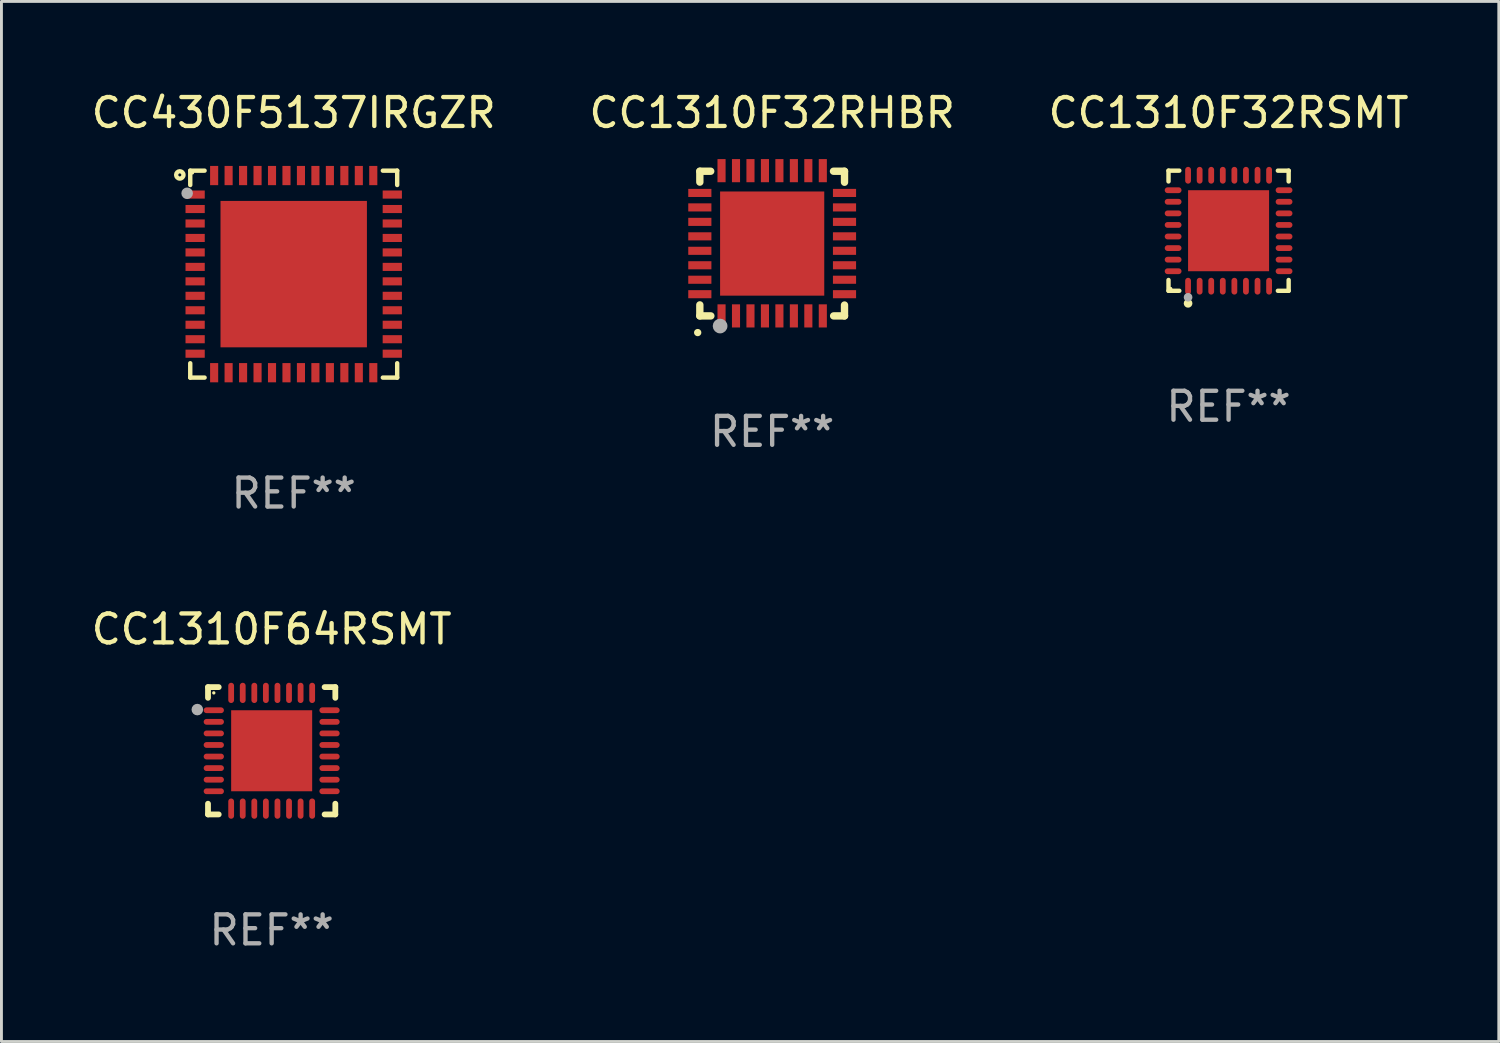
<source format=kicad_pcb>
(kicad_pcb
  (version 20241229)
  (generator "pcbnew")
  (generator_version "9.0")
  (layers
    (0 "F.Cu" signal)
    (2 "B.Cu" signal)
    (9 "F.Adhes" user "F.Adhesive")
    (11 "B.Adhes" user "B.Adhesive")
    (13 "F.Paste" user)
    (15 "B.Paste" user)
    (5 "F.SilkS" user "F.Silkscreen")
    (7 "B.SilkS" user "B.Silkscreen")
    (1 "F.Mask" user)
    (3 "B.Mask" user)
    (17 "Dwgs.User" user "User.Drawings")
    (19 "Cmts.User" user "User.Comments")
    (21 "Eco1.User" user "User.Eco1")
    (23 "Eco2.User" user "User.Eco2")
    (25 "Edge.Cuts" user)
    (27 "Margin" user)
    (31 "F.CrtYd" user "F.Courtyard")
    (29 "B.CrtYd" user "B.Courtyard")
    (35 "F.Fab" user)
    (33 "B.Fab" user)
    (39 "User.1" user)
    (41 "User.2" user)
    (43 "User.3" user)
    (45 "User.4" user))
  (footprint "CC430F5137IRGZR"
    (layer "F.Cu")
    (at 7.101 6.424)
    (property "Reference" "CC430F5137IRGZR" (at 0 -5.576 0) (layer "F.SilkS") (effects (font (size 1 1) (thickness 0.15))))
    (attr through_hole)
    (fp_line (start -3.576 -3.576) (end -3.576 -3.08) (stroke (width 0.152) (type solid)) (layer "F.SilkS"))
    (fp_line (start -3.576 3.576) (end -3.576 3.08) (stroke (width 0.152) (type solid)) (layer "F.SilkS"))
    (fp_line (start -3.08 -3.576) (end -3.576 -3.576) (stroke (width 0.152) (type solid)) (layer "F.SilkS"))
    (fp_line (start -3.08 3.576) (end -3.576 3.576) (stroke (width 0.152) (type solid)) (layer "F.SilkS"))
    (fp_line (start 3.08 -3.576) (end 3.576 -3.576) (stroke (width 0.152) (type solid)) (layer "F.SilkS"))
    (fp_line (start 3.08 3.576) (end 3.576 3.576) (stroke (width 0.152) (type solid)) (layer "F.SilkS"))
    (fp_line (start 3.576 -3.576) (end 3.576 -3.08) (stroke (width 0.152) (type solid)) (layer "F.SilkS"))
    (fp_line (start 3.576 3.576) (end 3.576 3.08) (stroke (width 0.152) (type solid)) (layer "F.SilkS"))
    (fp_circle (center -3.937 -3.429) (end -3.81 -3.429) (stroke (width 0.15) (type solid)) (fill no) (layer "F.SilkS"))
    (fp_circle (center -3.5 -3.5) (end -3.47 -3.5) (stroke (width 0.06) (type solid)) (fill no) (layer "F.SilkS"))
    (fp_circle (center -3.683 -2.794) (end -3.583 -2.794) (stroke (width 0.2) (type solid)) (fill no) (layer "F.Fab"))
    (fp_text user "REF**" (at 0 7.576 0) (layer "F.Fab") (effects (font (size 1 1) (thickness 0.15))))
    (pad "1" smd rect (at -3.407 -2.75) (size 0.665 0.28) (layers "F.Cu" "F.Mask" "F.Paste"))
    (pad "2" smd rect (at -3.407 -2.25) (size 0.665 0.28) (layers "F.Cu" "F.Mask" "F.Paste"))
    (pad "3" smd rect (at -3.407 -1.75) (size 0.665 0.28) (layers "F.Cu" "F.Mask" "F.Paste"))
    (pad "4" smd rect (at -3.407 -1.25) (size 0.665 0.28) (layers "F.Cu" "F.Mask" "F.Paste"))
    (pad "5" smd rect (at -3.407 -0.75) (size 0.665 0.28) (layers "F.Cu" "F.Mask" "F.Paste"))
    (pad "6" smd rect (at -3.407 -0.25) (size 0.665 0.28) (layers "F.Cu" "F.Mask" "F.Paste"))
    (pad "7" smd rect (at -3.407 0.25) (size 0.665 0.28) (layers "F.Cu" "F.Mask" "F.Paste"))
    (pad "8" smd rect (at -3.407 0.75) (size 0.665 0.28) (layers "F.Cu" "F.Mask" "F.Paste"))
    (pad "9" smd rect (at -3.407 1.25) (size 0.665 0.28) (layers "F.Cu" "F.Mask" "F.Paste"))
    (pad "10" smd rect (at -3.407 1.75) (size 0.665 0.28) (layers "F.Cu" "F.Mask" "F.Paste"))
    (pad "11" smd rect (at -3.407 2.25) (size 0.665 0.28) (layers "F.Cu" "F.Mask" "F.Paste"))
    (pad "12" smd rect (at -3.407 2.75) (size 0.665 0.28) (layers "F.Cu" "F.Mask" "F.Paste"))
    (pad "13" smd rect (at -2.75 3.407) (size 0.28 0.665) (layers "F.Cu" "F.Mask" "F.Paste"))
    (pad "14" smd rect (at -2.25 3.407) (size 0.28 0.665) (layers "F.Cu" "F.Mask" "F.Paste"))
    (pad "15" smd rect (at -1.75 3.407) (size 0.28 0.665) (layers "F.Cu" "F.Mask" "F.Paste"))
    (pad "16" smd rect (at -1.25 3.407) (size 0.28 0.665) (layers "F.Cu" "F.Mask" "F.Paste"))
    (pad "17" smd rect (at -0.75 3.407) (size 0.28 0.665) (layers "F.Cu" "F.Mask" "F.Paste"))
    (pad "18" smd rect (at -0.25 3.407) (size 0.28 0.665) (layers "F.Cu" "F.Mask" "F.Paste"))
    (pad "19" smd rect (at 0.25 3.407) (size 0.28 0.665) (layers "F.Cu" "F.Mask" "F.Paste"))
    (pad "20" smd rect (at 0.75 3.407) (size 0.28 0.665) (layers "F.Cu" "F.Mask" "F.Paste"))
    (pad "21" smd rect (at 1.25 3.407) (size 0.28 0.665) (layers "F.Cu" "F.Mask" "F.Paste"))
    (pad "22" smd rect (at 1.75 3.407) (size 0.28 0.665) (layers "F.Cu" "F.Mask" "F.Paste"))
    (pad "23" smd rect (at 2.25 3.407) (size 0.28 0.665) (layers "F.Cu" "F.Mask" "F.Paste"))
    (pad "24" smd rect (at 2.75 3.407) (size 0.28 0.665) (layers "F.Cu" "F.Mask" "F.Paste"))
    (pad "25" smd rect (at 3.407 2.75) (size 0.665 0.28) (layers "F.Cu" "F.Mask" "F.Paste"))
    (pad "26" smd rect (at 3.407 2.25) (size 0.665 0.28) (layers "F.Cu" "F.Mask" "F.Paste"))
    (pad "27" smd rect (at 3.407 1.75) (size 0.665 0.28) (layers "F.Cu" "F.Mask" "F.Paste"))
    (pad "28" smd rect (at 3.407 1.25) (size 0.665 0.28) (layers "F.Cu" "F.Mask" "F.Paste"))
    (pad "29" smd rect (at 3.407 0.75) (size 0.665 0.28) (layers "F.Cu" "F.Mask" "F.Paste"))
    (pad "30" smd rect (at 3.407 0.25) (size 0.665 0.28) (layers "F.Cu" "F.Mask" "F.Paste"))
    (pad "31" smd rect (at 3.407 -0.25) (size 0.665 0.28) (layers "F.Cu" "F.Mask" "F.Paste"))
    (pad "32" smd rect (at 3.407 -0.75) (size 0.665 0.28) (layers "F.Cu" "F.Mask" "F.Paste"))
    (pad "33" smd rect (at 3.407 -1.25) (size 0.665 0.28) (layers "F.Cu" "F.Mask" "F.Paste"))
    (pad "34" smd rect (at 3.407 -1.75) (size 0.665 0.28) (layers "F.Cu" "F.Mask" "F.Paste"))
    (pad "35" smd rect (at 3.407 -2.25) (size 0.665 0.28) (layers "F.Cu" "F.Mask" "F.Paste"))
    (pad "36" smd rect (at 3.407 -2.75) (size 0.665 0.28) (layers "F.Cu" "F.Mask" "F.Paste"))
    (pad "37" smd rect (at 2.75 -3.407) (size 0.28 0.665) (layers "F.Cu" "F.Mask" "F.Paste"))
    (pad "38" smd rect (at 2.25 -3.407) (size 0.28 0.665) (layers "F.Cu" "F.Mask" "F.Paste"))
    (pad "39" smd rect (at 1.75 -3.407) (size 0.28 0.665) (layers "F.Cu" "F.Mask" "F.Paste"))
    (pad "40" smd rect (at 1.25 -3.407) (size 0.28 0.665) (layers "F.Cu" "F.Mask" "F.Paste"))
    (pad "41" smd rect (at 0.75 -3.407) (size 0.28 0.665) (layers "F.Cu" "F.Mask" "F.Paste"))
    (pad "42" smd rect (at 0.25 -3.407) (size 0.28 0.665) (layers "F.Cu" "F.Mask" "F.Paste"))
    (pad "43" smd rect (at -0.25 -3.407) (size 0.28 0.665) (layers "F.Cu" "F.Mask" "F.Paste"))
    (pad "44" smd rect (at -0.75 -3.407) (size 0.28 0.665) (layers "F.Cu" "F.Mask" "F.Paste"))
    (pad "45" smd rect (at -1.25 -3.407) (size 0.28 0.665) (layers "F.Cu" "F.Mask" "F.Paste"))
    (pad "46" smd rect (at -1.75 -3.407) (size 0.28 0.665) (layers "F.Cu" "F.Mask" "F.Paste"))
    (pad "47" smd rect (at -2.25 -3.407) (size 0.28 0.665) (layers "F.Cu" "F.Mask" "F.Paste"))
    (pad "48" smd rect (at -2.75 -3.407) (size 0.28 0.665) (layers "F.Cu" "F.Mask" "F.Paste"))
    (pad "49" smd rect (at 0 0) (size 5.06 5.06) (layers "F.Cu" "F.Mask" "F.Paste")))
  (footprint "CC1310F32RSMT"
    (layer "F.Cu")
    (at 39.411 4.924)
    (property "Reference" "CC1310F32RSMT" (at 0 -4.076 0) (layer "F.SilkS") (effects (font (size 1 1) (thickness 0.15))))
    (attr through_hole)
    (fp_line (start -2.076 -2.076) (end -1.703 -2.076) (stroke (width 0.152) (type solid)) (layer "F.SilkS"))
    (fp_line (start -2.076 -1.703) (end -2.076 -2.076) (stroke (width 0.152) (type solid)) (layer "F.SilkS"))
    (fp_line (start -2.076 1.703) (end -2.076 2.076) (stroke (width 0.152) (type solid)) (layer "F.SilkS"))
    (fp_line (start -2.076 2.076) (end -1.703 2.076) (stroke (width 0.152) (type solid)) (layer "F.SilkS"))
    (fp_line (start 2.076 -2.076) (end 1.703 -2.076) (stroke (width 0.152) (type solid)) (layer "F.SilkS"))
    (fp_line (start 2.076 -1.703) (end 2.076 -2.076) (stroke (width 0.152) (type solid)) (layer "F.SilkS"))
    (fp_line (start 2.076 1.703) (end 2.076 2.076) (stroke (width 0.152) (type solid)) (layer "F.SilkS"))
    (fp_line (start 2.076 2.076) (end 1.703 2.076) (stroke (width 0.152) (type solid)) (layer "F.SilkS"))
    (fp_circle (center -2 2) (end -1.97 2) (stroke (width 0.06) (type solid)) (fill no) (layer "F.SilkS"))
    (fp_circle (center -1.4 2.51) (end -1.325 2.51) (stroke (width 0.15) (type solid)) (fill no) (layer "F.SilkS"))
    (fp_circle (center -1.4 2.3) (end -1.325 2.3) (stroke (width 0.15) (type solid)) (fill no) (layer "F.Fab"))
    (fp_text user "REF**" (at 0 6.076 0) (layer "F.Fab") (effects (font (size 1 1) (thickness 0.15))))
    (pad "1" smd oval (at -1.4 1.917) (size 0.2 0.58) (layers "F.Cu" "F.Mask" "F.Paste"))
    (pad "2" smd oval (at -1 1.917) (size 0.2 0.58) (layers "F.Cu" "F.Mask" "F.Paste"))
    (pad "3" smd oval (at -0.6 1.917) (size 0.2 0.58) (layers "F.Cu" "F.Mask" "F.Paste"))
    (pad "4" smd oval (at -0.2 1.917) (size 0.2 0.58) (layers "F.Cu" "F.Mask" "F.Paste"))
    (pad "5" smd oval (at 0.2 1.917) (size 0.2 0.58) (layers "F.Cu" "F.Mask" "F.Paste"))
    (pad "6" smd oval (at 0.6 1.917) (size 0.2 0.58) (layers "F.Cu" "F.Mask" "F.Paste"))
    (pad "7" smd oval (at 1 1.917) (size 0.2 0.58) (layers "F.Cu" "F.Mask" "F.Paste"))
    (pad "8" smd oval (at 1.4 1.917) (size 0.2 0.58) (layers "F.Cu" "F.Mask" "F.Paste"))
    (pad "9" smd oval (at 1.917 1.4) (size 0.58 0.2) (layers "F.Cu" "F.Mask" "F.Paste"))
    (pad "10" smd oval (at 1.917 1) (size 0.58 0.2) (layers "F.Cu" "F.Mask" "F.Paste"))
    (pad "11" smd oval (at 1.917 0.6) (size 0.58 0.2) (layers "F.Cu" "F.Mask" "F.Paste"))
    (pad "12" smd oval (at 1.917 0.2) (size 0.58 0.2) (layers "F.Cu" "F.Mask" "F.Paste"))
    (pad "13" smd oval (at 1.917 -0.2) (size 0.58 0.2) (layers "F.Cu" "F.Mask" "F.Paste"))
    (pad "14" smd oval (at 1.917 -0.6) (size 0.58 0.2) (layers "F.Cu" "F.Mask" "F.Paste"))
    (pad "15" smd oval (at 1.917 -1) (size 0.58 0.2) (layers "F.Cu" "F.Mask" "F.Paste"))
    (pad "16" smd oval (at 1.917 -1.4) (size 0.58 0.2) (layers "F.Cu" "F.Mask" "F.Paste"))
    (pad "17" smd oval (at 1.4 -1.917) (size 0.2 0.58) (layers "F.Cu" "F.Mask" "F.Paste"))
    (pad "18" smd oval (at 1 -1.917) (size 0.2 0.58) (layers "F.Cu" "F.Mask" "F.Paste"))
    (pad "19" smd oval (at 0.6 -1.917) (size 0.2 0.58) (layers "F.Cu" "F.Mask" "F.Paste"))
    (pad "20" smd oval (at 0.2 -1.917) (size 0.2 0.58) (layers "F.Cu" "F.Mask" "F.Paste"))
    (pad "21" smd oval (at -0.2 -1.917) (size 0.2 0.58) (layers "F.Cu" "F.Mask" "F.Paste"))
    (pad "22" smd oval (at -0.6 -1.917) (size 0.2 0.58) (layers "F.Cu" "F.Mask" "F.Paste"))
    (pad "23" smd oval (at -1 -1.917) (size 0.2 0.58) (layers "F.Cu" "F.Mask" "F.Paste"))
    (pad "24" smd oval (at -1.4 -1.917) (size 0.2 0.58) (layers "F.Cu" "F.Mask" "F.Paste"))
    (pad "25" smd oval (at -1.917 -1.4) (size 0.58 0.2) (layers "F.Cu" "F.Mask" "F.Paste"))
    (pad "26" smd oval (at -1.917 -1) (size 0.58 0.2) (layers "F.Cu" "F.Mask" "F.Paste"))
    (pad "27" smd oval (at -1.917 -0.6) (size 0.58 0.2) (layers "F.Cu" "F.Mask" "F.Paste"))
    (pad "28" smd oval (at -1.917 -0.2) (size 0.58 0.2) (layers "F.Cu" "F.Mask" "F.Paste"))
    (pad "29" smd oval (at -1.917 0.2) (size 0.58 0.2) (layers "F.Cu" "F.Mask" "F.Paste"))
    (pad "30" smd oval (at -1.917 0.6) (size 0.58 0.2) (layers "F.Cu" "F.Mask" "F.Paste"))
    (pad "31" smd oval (at -1.917 1) (size 0.58 0.2) (layers "F.Cu" "F.Mask" "F.Paste"))
    (pad "32" smd oval (at -1.917 1.4) (size 0.58 0.2) (layers "F.Cu" "F.Mask" "F.Paste"))
    (pad "33" smd rect (at 0 0) (size 2.8 2.8) (layers "F.Cu" "F.Mask" "F.Paste")))
  (footprint "CC1310F64RSMT"
    (layer "F.Cu")
    (at 6.339 22.897)
    (property "Reference" "CC1310F64RSMT" (at 0 -4.2 0) (layer "F.SilkS") (effects (font (size 1 1) (thickness 0.15))))
    (attr through_hole)
    (fp_line (start -2.2 -2.2) (end -1.83 -2.2) (stroke (width 0.2) (type solid)) (layer "F.SilkS"))
    (fp_line (start -2.2 -1.83) (end -2.2 -2.2) (stroke (width 0.2) (type solid)) (layer "F.SilkS"))
    (fp_line (start -2.2 2.2) (end -2.2 1.83) (stroke (width 0.2) (type solid)) (layer "F.SilkS"))
    (fp_line (start -1.83 2.2) (end -2.2 2.2) (stroke (width 0.2) (type solid)) (layer "F.SilkS"))
    (fp_line (start 1.83 2.2) (end 2.2 2.2) (stroke (width 0.2) (type solid)) (layer "F.SilkS"))
    (fp_line (start 2.2 -2.2) (end 1.83 -2.2) (stroke (width 0.2) (type solid)) (layer "F.SilkS"))
    (fp_line (start 2.2 -1.83) (end 2.2 -2.2) (stroke (width 0.2) (type solid)) (layer "F.SilkS"))
    (fp_line (start 2.2 2.2) (end 2.2 1.83) (stroke (width 0.2) (type solid)) (layer "F.SilkS"))
    (fp_circle (center -2 -2) (end -1.97 -2) (stroke (width 0.06) (type solid)) (fill no) (layer "F.SilkS"))
    (fp_circle (center -2.569 -1.423) (end -2.469 -1.423) (stroke (width 0.2) (type solid)) (fill no) (layer "F.Fab"))
    (fp_text user "REF**" (at 0 6.2 0) (layer "F.Fab") (effects (font (size 1 1) (thickness 0.15))))
    (pad "1" smd oval (at -2 -1.4 270) (size 0.2 0.7) (layers "F.Cu" "F.Mask" "F.Paste"))
    (pad "2" smd oval (at -2 -1 270) (size 0.2 0.7) (layers "F.Cu" "F.Mask" "F.Paste"))
    (pad "3" smd oval (at -2 -0.6 270) (size 0.2 0.7) (layers "F.Cu" "F.Mask" "F.Paste"))
    (pad "4" smd oval (at -2 -0.2 270) (size 0.2 0.7) (layers "F.Cu" "F.Mask" "F.Paste"))
    (pad "5" smd oval (at -2 0.2 270) (size 0.2 0.7) (layers "F.Cu" "F.Mask" "F.Paste"))
    (pad "6" smd oval (at -2 0.6 270) (size 0.2 0.7) (layers "F.Cu" "F.Mask" "F.Paste"))
    (pad "7" smd oval (at -2 1 270) (size 0.2 0.7) (layers "F.Cu" "F.Mask" "F.Paste"))
    (pad "8" smd oval (at -2 1.4 270) (size 0.2 0.7) (layers "F.Cu" "F.Mask" "F.Paste"))
    (pad "9" smd oval (at -1.4 2 180) (size 0.2 0.7) (layers "F.Cu" "F.Mask" "F.Paste"))
    (pad "10" smd oval (at -1 2 180) (size 0.2 0.7) (layers "F.Cu" "F.Mask" "F.Paste"))
    (pad "11" smd oval (at -0.6 2 180) (size 0.2 0.7) (layers "F.Cu" "F.Mask" "F.Paste"))
    (pad "12" smd oval (at -0.2 2 180) (size 0.2 0.7) (layers "F.Cu" "F.Mask" "F.Paste"))
    (pad "13" smd oval (at 0.2 2 180) (size 0.2 0.7) (layers "F.Cu" "F.Mask" "F.Paste"))
    (pad "14" smd oval (at 0.6 2 180) (size 0.2 0.7) (layers "F.Cu" "F.Mask" "F.Paste"))
    (pad "15" smd oval (at 1 2 180) (size 0.2 0.7) (layers "F.Cu" "F.Mask" "F.Paste"))
    (pad "16" smd oval (at 1.4 2 180) (size 0.2 0.7) (layers "F.Cu" "F.Mask" "F.Paste"))
    (pad "17" smd oval (at 2 1.4 270) (size 0.2 0.7) (layers "F.Cu" "F.Mask" "F.Paste"))
    (pad "18" smd oval (at 2 1 270) (size 0.2 0.7) (layers "F.Cu" "F.Mask" "F.Paste"))
    (pad "19" smd oval (at 2 0.6 270) (size 0.2 0.7) (layers "F.Cu" "F.Mask" "F.Paste"))
    (pad "20" smd oval (at 2 0.2 270) (size 0.2 0.7) (layers "F.Cu" "F.Mask" "F.Paste"))
    (pad "21" smd oval (at 2 -0.2 270) (size 0.2 0.7) (layers "F.Cu" "F.Mask" "F.Paste"))
    (pad "22" smd oval (at 2 -0.6 270) (size 0.2 0.7) (layers "F.Cu" "F.Mask" "F.Paste"))
    (pad "23" smd oval (at 2 -1 270) (size 0.2 0.7) (layers "F.Cu" "F.Mask" "F.Paste"))
    (pad "24" smd oval (at 2 -1.4 270) (size 0.2 0.7) (layers "F.Cu" "F.Mask" "F.Paste"))
    (pad "25" smd oval (at 1.4 -2) (size 0.2 0.7) (layers "F.Cu" "F.Mask" "F.Paste"))
    (pad "26" smd oval (at 1 -2) (size 0.2 0.7) (layers "F.Cu" "F.Mask" "F.Paste"))
    (pad "27" smd oval (at 0.6 -2) (size 0.2 0.7) (layers "F.Cu" "F.Mask" "F.Paste"))
    (pad "28" smd oval (at 0.2 -2) (size 0.2 0.7) (layers "F.Cu" "F.Mask" "F.Paste"))
    (pad "29" smd oval (at -0.2 -2) (size 0.2 0.7) (layers "F.Cu" "F.Mask" "F.Paste"))
    (pad "30" smd oval (at -0.6 -2) (size 0.2 0.7) (layers "F.Cu" "F.Mask" "F.Paste"))
    (pad "31" smd oval (at -1 -2) (size 0.2 0.7) (layers "F.Cu" "F.Mask" "F.Paste"))
    (pad "32" smd oval (at -1.4 -2) (size 0.2 0.7) (layers "F.Cu" "F.Mask" "F.Paste"))
    (pad "33" smd rect (at -0.000051 0 180) (size 2.8 2.8) (layers "F.Cu" "F.Mask" "F.Paste")))
  (footprint "CC1310F32RHBR"
    (layer "F.Cu")
    (at 23.637 5.358)
    (property "Reference" "CC1310F32RHBR" (at 0 -4.51 0) (layer "F.SilkS") (effects (font (size 1 1) (thickness 0.15))))
    (attr through_hole)
    (fp_line (start -2.5 -2.49) (end -2.124 -2.49) (stroke (width 0.254) (type solid)) (layer "F.SilkS"))
    (fp_line (start -2.5 -2.114) (end -2.5 -2.49) (stroke (width 0.254) (type solid)) (layer "F.SilkS"))
    (fp_line (start -2.5 2.51) (end -2.5 2.129) (stroke (width 0.254) (type solid)) (layer "F.SilkS"))
    (fp_line (start -2.5 2.51) (end -2.119 2.51) (stroke (width 0.254) (type solid)) (layer "F.SilkS"))
    (fp_line (start 2.119 -2.49) (end 2.5 -2.49) (stroke (width 0.254) (type solid)) (layer "F.SilkS"))
    (fp_line (start 2.124 2.51) (end 2.5 2.51) (stroke (width 0.254) (type solid)) (layer "F.SilkS"))
    (fp_line (start 2.5 -2.49) (end 2.5 -2.109) (stroke (width 0.254) (type solid)) (layer "F.SilkS"))
    (fp_line (start 2.5 2.134) (end 2.5 2.51) (stroke (width 0.254) (type solid)) (layer "F.SilkS"))
    (fp_arc (start -2.57554 3.086005) (mid -2.57427 3.085999) (end -2.573 3.086005) (stroke (width 0.25) (type solid)) (layer "F.SilkS"))
    (fp_circle (center -2.5 2.5) (end -2.45 2.5) (stroke (width 0.1) (type solid)) (fill no) (layer "F.SilkS"))
    (fp_circle (center -1.8 2.86) (end -1.673 2.86) (stroke (width 0.254) (type solid)) (fill no) (layer "F.Fab"))
    (fp_text user "REF**" (at 0 6.51 0) (layer "F.Fab") (effects (font (size 1 1) (thickness 0.15))))
    (pad "1" smd rect (at -1.75 2.51) (size 0.28 0.8) (layers "F.Cu" "F.Mask" "F.Paste"))
    (pad "2" smd rect (at -1.25 2.51) (size 0.28 0.8) (layers "F.Cu" "F.Mask" "F.Paste"))
    (pad "3" smd rect (at -0.75 2.51) (size 0.28 0.8) (layers "F.Cu" "F.Mask" "F.Paste"))
    (pad "4" smd rect (at -0.25 2.51) (size 0.28 0.8) (layers "F.Cu" "F.Mask" "F.Paste"))
    (pad "5" smd rect (at 0.25 2.51) (size 0.28 0.8) (layers "F.Cu" "F.Mask" "F.Paste"))
    (pad "6" smd rect (at 0.75 2.51) (size 0.28 0.8) (layers "F.Cu" "F.Mask" "F.Paste"))
    (pad "7" smd rect (at 1.25 2.51) (size 0.28 0.8) (layers "F.Cu" "F.Mask" "F.Paste"))
    (pad "8" smd rect (at 1.75 2.51) (size 0.28 0.8) (layers "F.Cu" "F.Mask" "F.Paste"))
    (pad "9" smd rect (at 2.5 1.76) (size 0.8 0.28) (layers "F.Cu" "F.Mask" "F.Paste"))
    (pad "10" smd rect (at 2.5 1.26) (size 0.8 0.28) (layers "F.Cu" "F.Mask" "F.Paste"))
    (pad "11" smd rect (at 2.5 0.76) (size 0.8 0.28) (layers "F.Cu" "F.Mask" "F.Paste"))
    (pad "12" smd rect (at 2.5 0.26) (size 0.8 0.28) (layers "F.Cu" "F.Mask" "F.Paste"))
    (pad "13" smd rect (at 2.5 -0.24) (size 0.8 0.28) (layers "F.Cu" "F.Mask" "F.Paste"))
    (pad "14" smd rect (at 2.5 -0.74) (size 0.8 0.28) (layers "F.Cu" "F.Mask" "F.Paste"))
    (pad "15" smd rect (at 2.5 -1.24) (size 0.8 0.28) (layers "F.Cu" "F.Mask" "F.Paste"))
    (pad "16" smd rect (at 2.5 -1.74) (size 0.8 0.28) (layers "F.Cu" "F.Mask" "F.Paste"))
    (pad "17" smd rect (at 1.75 -2.51) (size 0.28 0.8) (layers "F.Cu" "F.Mask" "F.Paste"))
    (pad "18" smd rect (at 1.25 -2.51) (size 0.28 0.8) (layers "F.Cu" "F.Mask" "F.Paste"))
    (pad "19" smd rect (at 0.75 -2.51) (size 0.28 0.8) (layers "F.Cu" "F.Mask" "F.Paste"))
    (pad "20" smd rect (at 0.25 -2.51) (size 0.28 0.8) (layers "F.Cu" "F.Mask" "F.Paste"))
    (pad "21" smd rect (at -0.25 -2.51) (size 0.28 0.8) (layers "F.Cu" "F.Mask" "F.Paste"))
    (pad "22" smd rect (at -0.75 -2.51) (size 0.28 0.8) (layers "F.Cu" "F.Mask" "F.Paste"))
    (pad "23" smd rect (at -1.25 -2.51) (size 0.28 0.8) (layers "F.Cu" "F.Mask" "F.Paste"))
    (pad "24" smd rect (at -1.75 -2.51) (size 0.28 0.8) (layers "F.Cu" "F.Mask" "F.Paste"))
    (pad "25" smd rect (at -2.5 -1.74) (size 0.8 0.28) (layers "F.Cu" "F.Mask" "F.Paste"))
    (pad "26" smd rect (at -2.5 -1.24) (size 0.8 0.28) (layers "F.Cu" "F.Mask" "F.Paste"))
    (pad "27" smd rect (at -2.5 -0.74) (size 0.8 0.28) (layers "F.Cu" "F.Mask" "F.Paste"))
    (pad "28" smd rect (at -2.5 -0.24) (size 0.8 0.28) (layers "F.Cu" "F.Mask" "F.Paste"))
    (pad "29" smd rect (at -2.5 0.26) (size 0.8 0.28) (layers "F.Cu" "F.Mask" "F.Paste"))
    (pad "30" smd rect (at -2.5 0.76) (size 0.8 0.28) (layers "F.Cu" "F.Mask" "F.Paste"))
    (pad "31" smd rect (at -2.5 1.26) (size 0.8 0.28) (layers "F.Cu" "F.Mask" "F.Paste"))
    (pad "32" smd rect (at -2.5 1.76) (size 0.8 0.28) (layers "F.Cu" "F.Mask" "F.Paste"))
    (pad "33" smd rect (at 0.000102 0.01) (size 3.6 3.6) (layers "F.Cu" "F.Mask" "F.Paste")))
  (gr_rect
    (start -3 -3)
    (end 48.75 32.945)
    (stroke (width 0.1) (type default))
    (fill no)
    (layer "Edge.Cuts")))
</source>
